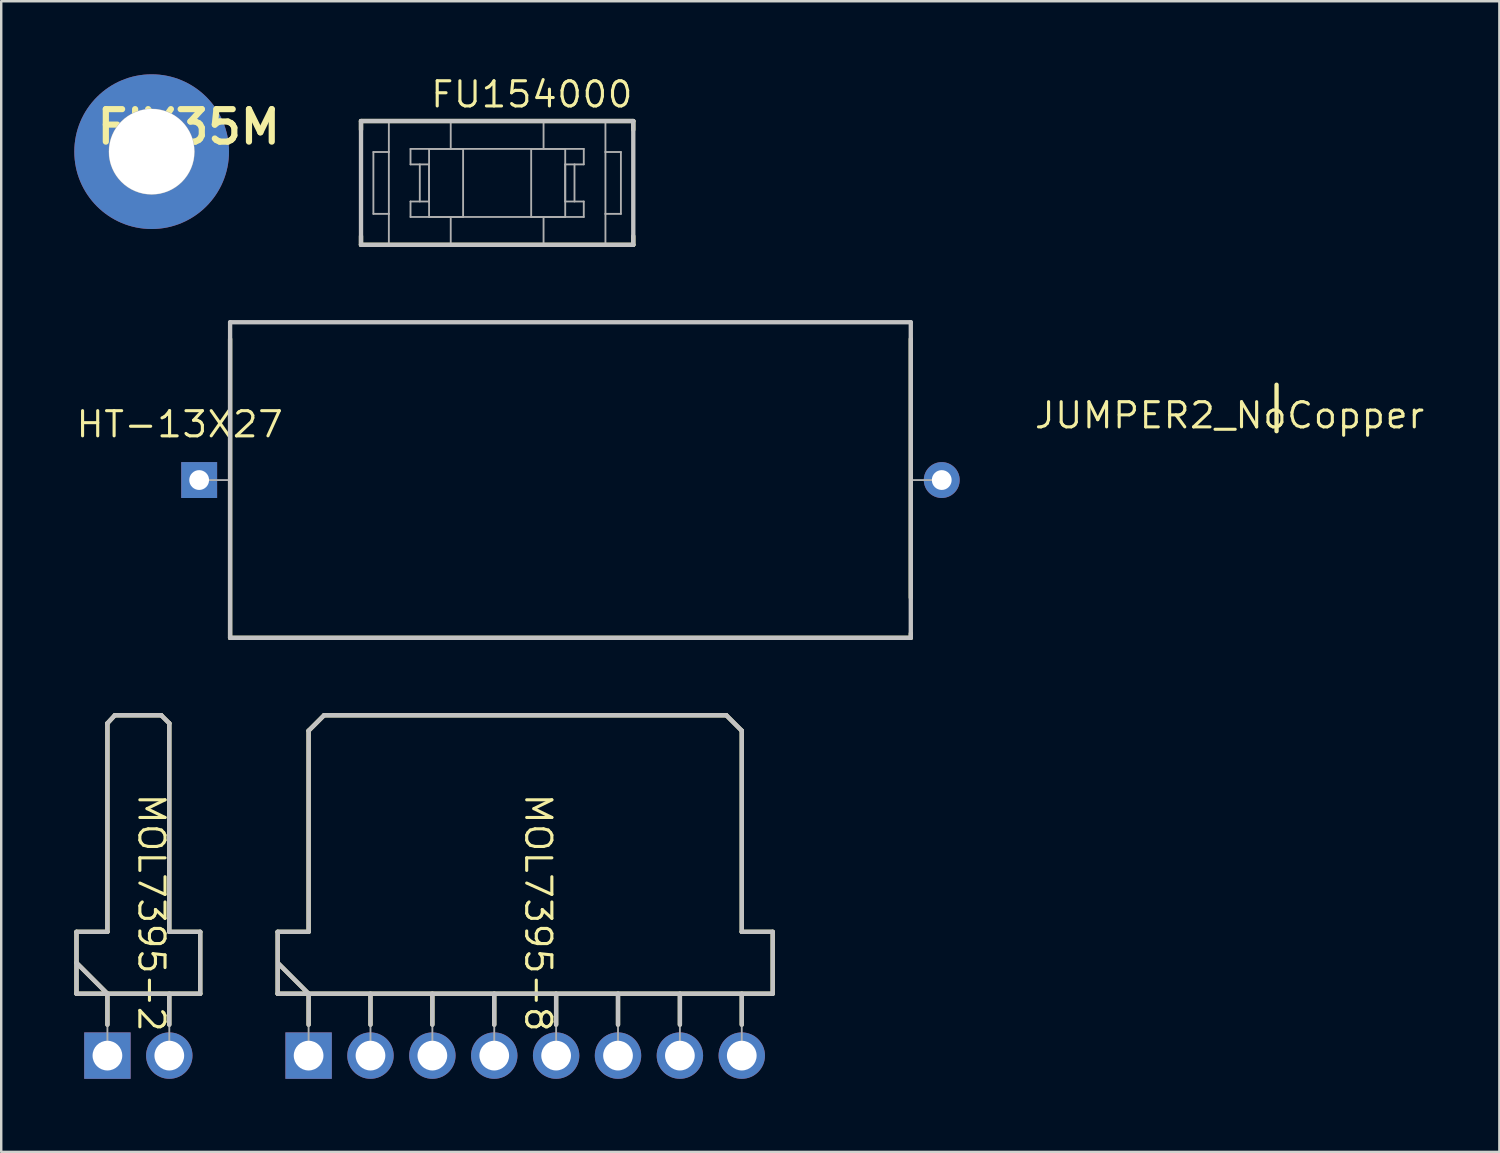
<source format=kicad_pcb>
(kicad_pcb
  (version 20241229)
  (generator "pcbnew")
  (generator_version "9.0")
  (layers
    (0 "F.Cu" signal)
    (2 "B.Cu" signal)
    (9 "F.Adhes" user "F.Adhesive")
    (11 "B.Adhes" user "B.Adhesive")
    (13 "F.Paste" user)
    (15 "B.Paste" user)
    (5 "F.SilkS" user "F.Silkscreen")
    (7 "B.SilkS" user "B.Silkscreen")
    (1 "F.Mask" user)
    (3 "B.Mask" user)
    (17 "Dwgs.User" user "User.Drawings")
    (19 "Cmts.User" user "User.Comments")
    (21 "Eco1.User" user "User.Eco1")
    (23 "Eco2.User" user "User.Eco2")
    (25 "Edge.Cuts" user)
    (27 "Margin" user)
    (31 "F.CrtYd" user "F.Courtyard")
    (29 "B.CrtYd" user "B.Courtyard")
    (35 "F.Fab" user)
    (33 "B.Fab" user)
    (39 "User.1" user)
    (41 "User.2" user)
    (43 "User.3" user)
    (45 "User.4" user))
  (footprint "MOL7395-8"
    (layer "F.Cu")
    (at 9.617 40.279)
    (property "Reference" "MOL7395-8" (at 9.423 -5.867 270) (unlocked yes) (layer "F.SilkS") (effects (font (size 1.033 1.087) (thickness 0.127))))
    (attr smd)
    (fp_line (start -1.27 -5.08) (end 0 -5.08) (stroke (width 0.178) (type solid)) (layer "F.SilkS"))
    (fp_line (start -1.27 -2.54) (end -1.27 -5.08) (stroke (width 0.178) (type solid)) (layer "F.SilkS"))
    (fp_line (start -1.27 -2.54) (end 19.05 -2.54) (stroke (width 0.178) (type solid)) (layer "F.SilkS"))
    (fp_line (start -1.245 -3.785) (end 0 -2.54) (stroke (width 0.178) (type solid)) (layer "F.SilkS"))
    (fp_line (start 0 -13.335) (end 0.635 -13.97) (stroke (width 0.178) (type solid)) (layer "F.SilkS"))
    (fp_line (start 0 -5.08) (end 0 -13.335) (stroke (width 0.178) (type solid)) (layer "F.SilkS"))
    (fp_line (start 0 -1.27) (end 0 -2.54) (stroke (width 0.178) (type solid)) (layer "F.SilkS"))
    (fp_line (start 0.635 -13.97) (end 17.145 -13.97) (stroke (width 0.178) (type solid)) (layer "F.SilkS"))
    (fp_line (start 2.54 -1.27) (end 2.54 -2.54) (stroke (width 0.178) (type solid)) (layer "F.SilkS"))
    (fp_line (start 5.08 -1.27) (end 5.08 -2.54) (stroke (width 0.178) (type solid)) (layer "F.SilkS"))
    (fp_line (start 7.62 -1.27) (end 7.62 -2.54) (stroke (width 0.178) (type solid)) (layer "F.SilkS"))
    (fp_line (start 10.16 -1.27) (end 10.16 -2.54) (stroke (width 0.178) (type solid)) (layer "F.SilkS"))
    (fp_line (start 12.7 -1.27) (end 12.7 -2.54) (stroke (width 0.178) (type solid)) (layer "F.SilkS"))
    (fp_line (start 15.24 -1.27) (end 15.24 -2.54) (stroke (width 0.178) (type solid)) (layer "F.SilkS"))
    (fp_line (start 17.145 -13.97) (end 17.78 -13.335) (stroke (width 0.178) (type solid)) (layer "F.SilkS"))
    (fp_line (start 17.78 -5.08) (end 17.78 -13.335) (stroke (width 0.178) (type solid)) (layer "F.SilkS"))
    (fp_line (start 17.78 -5.08) (end 19.05 -5.08) (stroke (width 0.178) (type solid)) (layer "F.SilkS"))
    (fp_line (start 17.78 -1.27) (end 17.78 -2.54) (stroke (width 0.178) (type solid)) (layer "F.SilkS"))
    (fp_line (start 19.05 -2.54) (end 19.05 -5.08) (stroke (width 0.178) (type solid)) (layer "F.SilkS"))
    (fp_line (start -1.27 -5.08) (end 0 -5.08) (stroke (width 0.178) (type solid)) (layer "Dwgs.User"))
    (fp_line (start -1.27 -2.54) (end -1.27 -5.08) (stroke (width 0.178) (type solid)) (layer "Dwgs.User"))
    (fp_line (start -1.27 -2.54) (end 19.05 -2.54) (stroke (width 0.178) (type solid)) (layer "Dwgs.User"))
    (fp_line (start -1.245 -3.785) (end 0 -2.54) (stroke (width 0.178) (type solid)) (layer "Dwgs.User"))
    (fp_line (start 0 -13.335) (end 0.635 -13.97) (stroke (width 0.178) (type solid)) (layer "Dwgs.User"))
    (fp_line (start 0 -5.08) (end 0 -13.335) (stroke (width 0.178) (type solid)) (layer "Dwgs.User"))
    (fp_line (start 0 -1.27) (end 0 -2.54) (stroke (width 0.178) (type solid)) (layer "Dwgs.User"))
    (fp_line (start 0.635 -13.97) (end 17.145 -13.97) (stroke (width 0.178) (type solid)) (layer "Dwgs.User"))
    (fp_line (start 2.54 -1.27) (end 2.54 -2.54) (stroke (width 0.178) (type solid)) (layer "Dwgs.User"))
    (fp_line (start 5.08 -1.27) (end 5.08 -2.54) (stroke (width 0.178) (type solid)) (layer "Dwgs.User"))
    (fp_line (start 7.62 -1.27) (end 7.62 -2.54) (stroke (width 0.178) (type solid)) (layer "Dwgs.User"))
    (fp_line (start 10.16 -1.27) (end 10.16 -2.54) (stroke (width 0.178) (type solid)) (layer "Dwgs.User"))
    (fp_line (start 12.7 -1.27) (end 12.7 -2.54) (stroke (width 0.178) (type solid)) (layer "Dwgs.User"))
    (fp_line (start 15.24 -1.27) (end 15.24 -2.54) (stroke (width 0.178) (type solid)) (layer "Dwgs.User"))
    (fp_line (start 17.145 -13.97) (end 17.78 -13.335) (stroke (width 0.178) (type solid)) (layer "Dwgs.User"))
    (fp_line (start 17.78 -5.08) (end 17.78 -13.335) (stroke (width 0.178) (type solid)) (layer "Dwgs.User"))
    (fp_line (start 17.78 -5.08) (end 19.05 -5.08) (stroke (width 0.178) (type solid)) (layer "Dwgs.User"))
    (fp_line (start 17.78 -1.27) (end 17.78 -2.54) (stroke (width 0.178) (type solid)) (layer "Dwgs.User"))
    (fp_line (start 19.05 -2.54) (end 19.05 -5.08) (stroke (width 0.178) (type solid)) (layer "Dwgs.User"))
    (fp_line (start -1.27 -5.08) (end 0 -5.08) (stroke (width 0.076) (type solid)) (layer "F.Fab"))
    (fp_line (start -1.27 -2.54) (end -1.27 -5.08) (stroke (width 0.076) (type solid)) (layer "F.Fab"))
    (fp_line (start -1.27 -2.54) (end 19.05 -2.54) (stroke (width 0.076) (type solid)) (layer "F.Fab"))
    (fp_line (start -1.245 -3.785) (end 0 -2.54) (stroke (width 0.076) (type solid)) (layer "F.Fab"))
    (fp_line (start 0 -13.335) (end 0.635 -13.97) (stroke (width 0.076) (type solid)) (layer "F.Fab"))
    (fp_line (start 0 -5.08) (end 0 -13.335) (stroke (width 0.076) (type solid)) (layer "F.Fab"))
    (fp_line (start 0 0) (end 0 -2.54) (stroke (width 0.076) (type solid)) (layer "F.Fab"))
    (fp_line (start 0.635 -13.97) (end 17.145 -13.97) (stroke (width 0.076) (type solid)) (layer "F.Fab"))
    (fp_line (start 2.54 0) (end 2.54 -2.54) (stroke (width 0.076) (type solid)) (layer "F.Fab"))
    (fp_line (start 5.08 0) (end 5.08 -2.54) (stroke (width 0.076) (type solid)) (layer "F.Fab"))
    (fp_line (start 7.62 0) (end 7.62 -2.54) (stroke (width 0.076) (type solid)) (layer "F.Fab"))
    (fp_line (start 10.16 0) (end 10.16 -2.54) (stroke (width 0.076) (type solid)) (layer "F.Fab"))
    (fp_line (start 12.7 0) (end 12.7 -2.54) (stroke (width 0.076) (type solid)) (layer "F.Fab"))
    (fp_line (start 15.24 0) (end 15.24 -2.54) (stroke (width 0.076) (type solid)) (layer "F.Fab"))
    (fp_line (start 17.145 -13.97) (end 17.78 -13.335) (stroke (width 0.076) (type solid)) (layer "F.Fab"))
    (fp_line (start 17.78 -5.08) (end 17.78 -13.335) (stroke (width 0.076) (type solid)) (layer "F.Fab"))
    (fp_line (start 17.78 -5.08) (end 19.05 -5.08) (stroke (width 0.076) (type solid)) (layer "F.Fab"))
    (fp_line (start 17.78 0) (end 17.78 -2.54) (stroke (width 0.076) (type solid)) (layer "F.Fab"))
    (fp_line (start 19.05 -2.54) (end 19.05 -5.08) (stroke (width 0.076) (type solid)) (layer "F.Fab"))
    (pad "1" thru_hole rect (at 0 0) (size 1.905 1.905) (drill 1.219) (layers "*.Cu" "*.Mask"))
    (pad "2" thru_hole circle (at 2.54 0) (size 1.905 1.905) (drill 1.219) (layers "*.Cu" "*.Mask"))
    (pad "3" thru_hole circle (at 5.08 0) (size 1.905 1.905) (drill 1.219) (layers "*.Cu" "*.Mask"))
    (pad "4" thru_hole circle (at 7.62 0) (size 1.905 1.905) (drill 1.219) (layers "*.Cu" "*.Mask"))
    (pad "5" thru_hole circle (at 10.16 0) (size 1.905 1.905) (drill 1.219) (layers "*.Cu" "*.Mask"))
    (pad "6" thru_hole circle (at 12.7 0) (size 1.905 1.905) (drill 1.219) (layers "*.Cu" "*.Mask"))
    (pad "7" thru_hole circle (at 15.24 0) (size 1.905 1.905) (drill 1.219) (layers "*.Cu" "*.Mask"))
    (pad "8" thru_hole circle (at 17.78 0) (size 1.905 1.905) (drill 1.219) (layers "*.Cu" "*.Mask")))
  (footprint "FU154000"
    (layer "F.Cu")
    (at 17.356 4.459)
    (property "Reference" "FU154000" (at 1.422 -3.632 0) (unlocked yes) (layer "F.SilkS") (effects (font (size 1.033 1.087) (thickness 0.127))))
    (attr smd)
    (fp_line (start -5.588 -2.54) (end 5.588 -2.54) (stroke (width 0.178) (type solid)) (layer "F.SilkS"))
    (fp_line (start -5.588 -2.184) (end -5.588 -2.54) (stroke (width 0.178) (type solid)) (layer "F.SilkS"))
    (fp_line (start -5.588 2.54) (end -5.588 2.184) (stroke (width 0.178) (type solid)) (layer "F.SilkS"))
    (fp_line (start -5.588 2.54) (end 5.588 2.54) (stroke (width 0.178) (type solid)) (layer "F.SilkS"))
    (fp_line (start 5.588 -2.184) (end 5.588 -2.54) (stroke (width 0.178) (type solid)) (layer "F.SilkS"))
    (fp_line (start 5.588 2.54) (end 5.588 2.184) (stroke (width 0.178) (type solid)) (layer "F.SilkS"))
    (fp_line (start -5.588 -2.54) (end 5.588 -2.54) (stroke (width 0.178) (type solid)) (layer "Dwgs.User"))
    (fp_line (start -5.588 2.54) (end -5.588 -2.54) (stroke (width 0.178) (type solid)) (layer "Dwgs.User"))
    (fp_line (start -5.588 2.54) (end 5.588 2.54) (stroke (width 0.178) (type solid)) (layer "Dwgs.User"))
    (fp_line (start 5.588 2.54) (end 5.588 -2.54) (stroke (width 0.178) (type solid)) (layer "Dwgs.User"))
    (fp_line (start -5.08 -1.27) (end -4.445 -1.27) (stroke (width 0.076) (type solid)) (layer "F.Fab"))
    (fp_line (start -5.08 1.27) (end -5.08 -1.27) (stroke (width 0.076) (type solid)) (layer "F.Fab"))
    (fp_line (start -5.08 1.27) (end -4.445 1.27) (stroke (width 0.076) (type solid)) (layer "F.Fab"))
    (fp_line (start -4.445 -2.54) (end 4.445 -2.54) (stroke (width 0.076) (type solid)) (layer "F.Fab"))
    (fp_line (start -4.445 -1.27) (end -4.445 -2.54) (stroke (width 0.076) (type solid)) (layer "F.Fab"))
    (fp_line (start -4.445 1.27) (end -4.445 -1.27) (stroke (width 0.076) (type solid)) (layer "F.Fab"))
    (fp_line (start -4.445 2.54) (end -4.445 1.27) (stroke (width 0.076) (type solid)) (layer "F.Fab"))
    (fp_line (start -4.445 2.54) (end 4.445 2.54) (stroke (width 0.076) (type solid)) (layer "F.Fab"))
    (fp_line (start -3.556 -1.397) (end 3.556 -1.397) (stroke (width 0.076) (type solid)) (layer "F.Fab"))
    (fp_line (start -3.556 -0.762) (end -3.556 -1.397) (stroke (width 0.076) (type solid)) (layer "F.Fab"))
    (fp_line (start -3.556 -0.762) (end -2.794 -0.762) (stroke (width 0.076) (type solid)) (layer "F.Fab"))
    (fp_line (start -3.556 0.762) (end -2.794 0.762) (stroke (width 0.076) (type solid)) (layer "F.Fab"))
    (fp_line (start -3.556 1.397) (end -3.556 0.762) (stroke (width 0.076) (type solid)) (layer "F.Fab"))
    (fp_line (start -3.556 1.397) (end 3.556 1.397) (stroke (width 0.076) (type solid)) (layer "F.Fab"))
    (fp_line (start -3.175 0.762) (end -3.175 -0.762) (stroke (width 0.076) (type solid)) (layer "F.Fab"))
    (fp_line (start -2.794 -1.397) (end -1.397 -1.397) (stroke (width 0.076) (type solid)) (layer "F.Fab"))
    (fp_line (start -2.794 0.762) (end -2.794 -0.762) (stroke (width 0.076) (type solid)) (layer "F.Fab"))
    (fp_line (start -2.794 1.397) (end -2.794 -1.397) (stroke (width 0.076) (type solid)) (layer "F.Fab"))
    (fp_line (start -2.794 1.397) (end -1.397 1.397) (stroke (width 0.076) (type solid)) (layer "F.Fab"))
    (fp_line (start -1.905 -1.397) (end -1.905 -2.54) (stroke (width 0.076) (type solid)) (layer "F.Fab"))
    (fp_line (start -1.905 2.54) (end -1.905 1.397) (stroke (width 0.076) (type solid)) (layer "F.Fab"))
    (fp_line (start -1.397 1.397) (end -1.397 -1.397) (stroke (width 0.076) (type solid)) (layer "F.Fab"))
    (fp_line (start 1.397 -1.397) (end 2.794 -1.397) (stroke (width 0.076) (type solid)) (layer "F.Fab"))
    (fp_line (start 1.397 1.397) (end 1.397 -1.397) (stroke (width 0.076) (type solid)) (layer "F.Fab"))
    (fp_line (start 1.397 1.397) (end 2.794 1.397) (stroke (width 0.076) (type solid)) (layer "F.Fab"))
    (fp_line (start 1.905 -1.397) (end 1.905 -2.54) (stroke (width 0.076) (type solid)) (layer "F.Fab"))
    (fp_line (start 1.905 2.54) (end 1.905 1.397) (stroke (width 0.076) (type solid)) (layer "F.Fab"))
    (fp_line (start 2.794 -0.762) (end 3.556 -0.762) (stroke (width 0.076) (type solid)) (layer "F.Fab"))
    (fp_line (start 2.794 0.762) (end 2.794 -0.762) (stroke (width 0.076) (type solid)) (layer "F.Fab"))
    (fp_line (start 2.794 0.762) (end 3.556 0.762) (stroke (width 0.076) (type solid)) (layer "F.Fab"))
    (fp_line (start 2.794 1.397) (end 2.794 -1.397) (stroke (width 0.076) (type solid)) (layer "F.Fab"))
    (fp_line (start 3.175 0.762) (end 3.175 -0.762) (stroke (width 0.076) (type solid)) (layer "F.Fab"))
    (fp_line (start 3.556 -0.762) (end 3.556 -1.397) (stroke (width 0.076) (type solid)) (layer "F.Fab"))
    (fp_line (start 3.556 1.397) (end 3.556 0.762) (stroke (width 0.076) (type solid)) (layer "F.Fab"))
    (fp_line (start 4.445 -1.27) (end 4.445 -2.54) (stroke (width 0.076) (type solid)) (layer "F.Fab"))
    (fp_line (start 4.445 -1.27) (end 5.08 -1.27) (stroke (width 0.076) (type solid)) (layer "F.Fab"))
    (fp_line (start 4.445 1.27) (end 4.445 -1.27) (stroke (width 0.076) (type solid)) (layer "F.Fab"))
    (fp_line (start 4.445 1.27) (end 5.08 1.27) (stroke (width 0.076) (type solid)) (layer "F.Fab"))
    (fp_line (start 4.445 2.54) (end 4.445 1.27) (stroke (width 0.076) (type solid)) (layer "F.Fab"))
    (fp_line (start 5.08 1.27) (end 5.08 -1.27) (stroke (width 0.076) (type solid)) (layer "F.Fab")))
  (footprint "MOL7395-2"
    (layer "F.Cu")
    (at 1.359 40.279)
    (property "Reference" "MOL7395-2" (at 1.803 -5.867 270) (unlocked yes) (layer "F.SilkS") (effects (font (size 1.033 1.087) (thickness 0.127))))
    (attr smd)
    (fp_line (start -1.27 -5.08) (end 0 -5.08) (stroke (width 0.178) (type solid)) (layer "F.SilkS"))
    (fp_line (start -1.27 -3.81) (end 0 -2.54) (stroke (width 0.178) (type solid)) (layer "F.SilkS"))
    (fp_line (start -1.27 -2.54) (end -1.27 -5.08) (stroke (width 0.178) (type solid)) (layer "F.SilkS"))
    (fp_line (start -1.27 -2.54) (end 3.81 -2.54) (stroke (width 0.178) (type solid)) (layer "F.SilkS"))
    (fp_line (start 0 -13.64) (end 0.305 -13.97) (stroke (width 0.178) (type solid)) (layer "F.SilkS"))
    (fp_line (start 0 -5.08) (end 0 -13.64) (stroke (width 0.178) (type solid)) (layer "F.SilkS"))
    (fp_line (start 0 -1.27) (end 0 -2.54) (stroke (width 0.178) (type solid)) (layer "F.SilkS"))
    (fp_line (start 0.305 -13.97) (end 2.21 -13.97) (stroke (width 0.178) (type solid)) (layer "F.SilkS"))
    (fp_line (start 2.21 -13.97) (end 2.54 -13.64) (stroke (width 0.178) (type solid)) (layer "F.SilkS"))
    (fp_line (start 2.54 -5.08) (end 2.54 -13.64) (stroke (width 0.178) (type solid)) (layer "F.SilkS"))
    (fp_line (start 2.54 -5.08) (end 3.81 -5.08) (stroke (width 0.178) (type solid)) (layer "F.SilkS"))
    (fp_line (start 2.54 -1.27) (end 2.54 -2.54) (stroke (width 0.178) (type solid)) (layer "F.SilkS"))
    (fp_line (start 3.81 -2.54) (end 3.81 -5.08) (stroke (width 0.178) (type solid)) (layer "F.SilkS"))
    (fp_line (start -1.27 -5.08) (end 0 -5.08) (stroke (width 0.178) (type solid)) (layer "Dwgs.User"))
    (fp_line (start -1.27 -3.81) (end 0 -2.54) (stroke (width 0.178) (type solid)) (layer "Dwgs.User"))
    (fp_line (start -1.27 -2.54) (end -1.27 -5.08) (stroke (width 0.178) (type solid)) (layer "Dwgs.User"))
    (fp_line (start -1.27 -2.54) (end 3.81 -2.54) (stroke (width 0.178) (type solid)) (layer "Dwgs.User"))
    (fp_line (start 0 -13.64) (end 0.305 -13.97) (stroke (width 0.178) (type solid)) (layer "Dwgs.User"))
    (fp_line (start 0 -5.08) (end 0 -13.64) (stroke (width 0.178) (type solid)) (layer "Dwgs.User"))
    (fp_line (start 0 -1.27) (end 0 -2.54) (stroke (width 0.178) (type solid)) (layer "Dwgs.User"))
    (fp_line (start 0.305 -13.97) (end 2.21 -13.97) (stroke (width 0.178) (type solid)) (layer "Dwgs.User"))
    (fp_line (start 2.21 -13.97) (end 2.54 -13.64) (stroke (width 0.178) (type solid)) (layer "Dwgs.User"))
    (fp_line (start 2.54 -5.08) (end 2.54 -13.64) (stroke (width 0.178) (type solid)) (layer "Dwgs.User"))
    (fp_line (start 2.54 -5.08) (end 3.81 -5.08) (stroke (width 0.178) (type solid)) (layer "Dwgs.User"))
    (fp_line (start 2.54 -1.27) (end 2.54 -2.54) (stroke (width 0.178) (type solid)) (layer "Dwgs.User"))
    (fp_line (start 3.81 -2.54) (end 3.81 -5.08) (stroke (width 0.178) (type solid)) (layer "Dwgs.User"))
    (fp_line (start -1.27 -5.08) (end 0 -5.08) (stroke (width 0.076) (type solid)) (layer "F.Fab"))
    (fp_line (start -1.27 -3.81) (end 0 -2.54) (stroke (width 0.076) (type solid)) (layer "F.Fab"))
    (fp_line (start -1.27 -2.54) (end -1.27 -5.08) (stroke (width 0.076) (type solid)) (layer "F.Fab"))
    (fp_line (start -1.27 -2.54) (end 3.81 -2.54) (stroke (width 0.076) (type solid)) (layer "F.Fab"))
    (fp_line (start 0 -13.64) (end 0.305 -13.97) (stroke (width 0.076) (type solid)) (layer "F.Fab"))
    (fp_line (start 0 -5.08) (end 0 -13.64) (stroke (width 0.076) (type solid)) (layer "F.Fab"))
    (fp_line (start 0 0) (end 0 -2.54) (stroke (width 0.076) (type solid)) (layer "F.Fab"))
    (fp_line (start 0.305 -13.97) (end 2.21 -13.97) (stroke (width 0.076) (type solid)) (layer "F.Fab"))
    (fp_line (start 2.21 -13.97) (end 2.54 -13.64) (stroke (width 0.076) (type solid)) (layer "F.Fab"))
    (fp_line (start 2.54 -5.08) (end 2.54 -13.64) (stroke (width 0.076) (type solid)) (layer "F.Fab"))
    (fp_line (start 2.54 -5.08) (end 3.81 -5.08) (stroke (width 0.076) (type solid)) (layer "F.Fab"))
    (fp_line (start 2.54 0) (end 2.54 -2.54) (stroke (width 0.076) (type solid)) (layer "F.Fab"))
    (fp_line (start 3.81 -2.54) (end 3.81 -5.08) (stroke (width 0.076) (type solid)) (layer "F.Fab"))
    (pad "1" thru_hole rect (at 0 0) (size 1.905 1.905) (drill 1.219) (layers "*.Cu" "*.Mask"))
    (pad "2" thru_hole circle (at 2.54 0) (size 1.905 1.905) (drill 1.219) (layers "*.Cu" "*.Mask")))
  (footprint "HT-13X27"
    (layer "F.Cu")
    (at 5.125 16.654)
    (property "Reference" "HT-13X27" (at -0.8 -2.286 0) (unlocked yes) (layer "F.SilkS") (effects (font (size 1.033 1.087) (thickness 0.127))))
    (attr smd)
    (fp_line (start 1.27 6.477) (end 1.27 -5.791) (stroke (width 0.178) (type solid)) (layer "F.SilkS"))
    (fp_line (start 1.27 6.477) (end 29.21 6.477) (stroke (width 0.178) (type solid)) (layer "F.SilkS"))
    (fp_line (start 29.21 4.826) (end 29.21 -5.791) (stroke (width 0.178) (type solid)) (layer "F.SilkS"))
    (fp_line (start 29.21 6.477) (end 29.21 6.299) (stroke (width 0.178) (type solid)) (layer "F.SilkS"))
    (fp_line (start 1.27 -6.477) (end 29.21 -6.477) (stroke (width 0.178) (type solid)) (layer "Dwgs.User"))
    (fp_line (start 1.27 6.477) (end 1.27 -6.477) (stroke (width 0.178) (type solid)) (layer "Dwgs.User"))
    (fp_line (start 1.27 6.477) (end 29.21 6.477) (stroke (width 0.178) (type solid)) (layer "Dwgs.User"))
    (fp_line (start 29.21 6.477) (end 29.21 -6.477) (stroke (width 0.178) (type solid)) (layer "Dwgs.User"))
    (fp_line (start 0 0) (end 1.27 0) (stroke (width 0.076) (type solid)) (layer "F.Fab"))
    (fp_line (start 1.27 -6.477) (end 29.21 -6.477) (stroke (width 0.076) (type solid)) (layer "F.Fab"))
    (fp_line (start 1.27 6.477) (end 1.27 -6.477) (stroke (width 0.076) (type solid)) (layer "F.Fab"))
    (fp_line (start 1.27 6.477) (end 29.21 6.477) (stroke (width 0.076) (type solid)) (layer "F.Fab"))
    (fp_line (start 29.21 0) (end 30.48 0) (stroke (width 0.076) (type solid)) (layer "F.Fab"))
    (fp_line (start 29.21 6.477) (end 29.21 -6.477) (stroke (width 0.076) (type solid)) (layer "F.Fab"))
    (pad "+" thru_hole rect (at 0 0) (size 1.473 1.473) (drill 0.813) (layers "*.Cu" "*.Mask"))
    (pad "-" thru_hole circle (at 30.48 0) (size 1.473 1.473) (drill 0.813) (layers "*.Cu" "*.Mask")))
  (footprint "FIX35M"
    (layer "F.Cu")
    (at 3.175 3.175)
    (property "Reference" "FIX35M" (at 1.524 -1.016 0) (unlocked yes) (layer "F.SilkS") (effects (font (size 1.333 1.402) (thickness 0.254))))
    (attr smd)
    (fp_circle (center 0 0) (end 1.727 0) (stroke (width 0.076) (type solid)) (fill no) (layer "F.Fab"))
    (pad "1" thru_hole circle (at 0 0) (size 6.35 6.35) (drill 3.505) (layers "*.Cu" "*.Mask")))
  (footprint "JUMPER2_NoCopper"
    (layer "F.Cu")
    (at 49.348 13.695)
    (property "Reference" "JUMPER2_NoCopper" (at -1.93 0.305 0) (unlocked yes) (layer "F.SilkS") (effects (font (size 1.033 1.087) (thickness 0.127))))
    (attr exclude_from_pos_files exclude_from_bom)
    (fp_line (start 0 -0.953) (end 0 0.953) (stroke (width 0.178) (type solid)) (layer "F.SilkS"))
    (pad "" smd circle (at 0 -2.489) (size 2.235 2.235) (layers "F.Mask"))
    (pad "" smd circle (at 0 2.489) (size 2.235 2.235) (layers "F.Mask")))
  (gr_rect
    (start -3 -3)
    (end 58.494 44.232)
    (stroke (width 0.1) (type default))
    (fill no)
    (layer "Edge.Cuts")))
</source>
